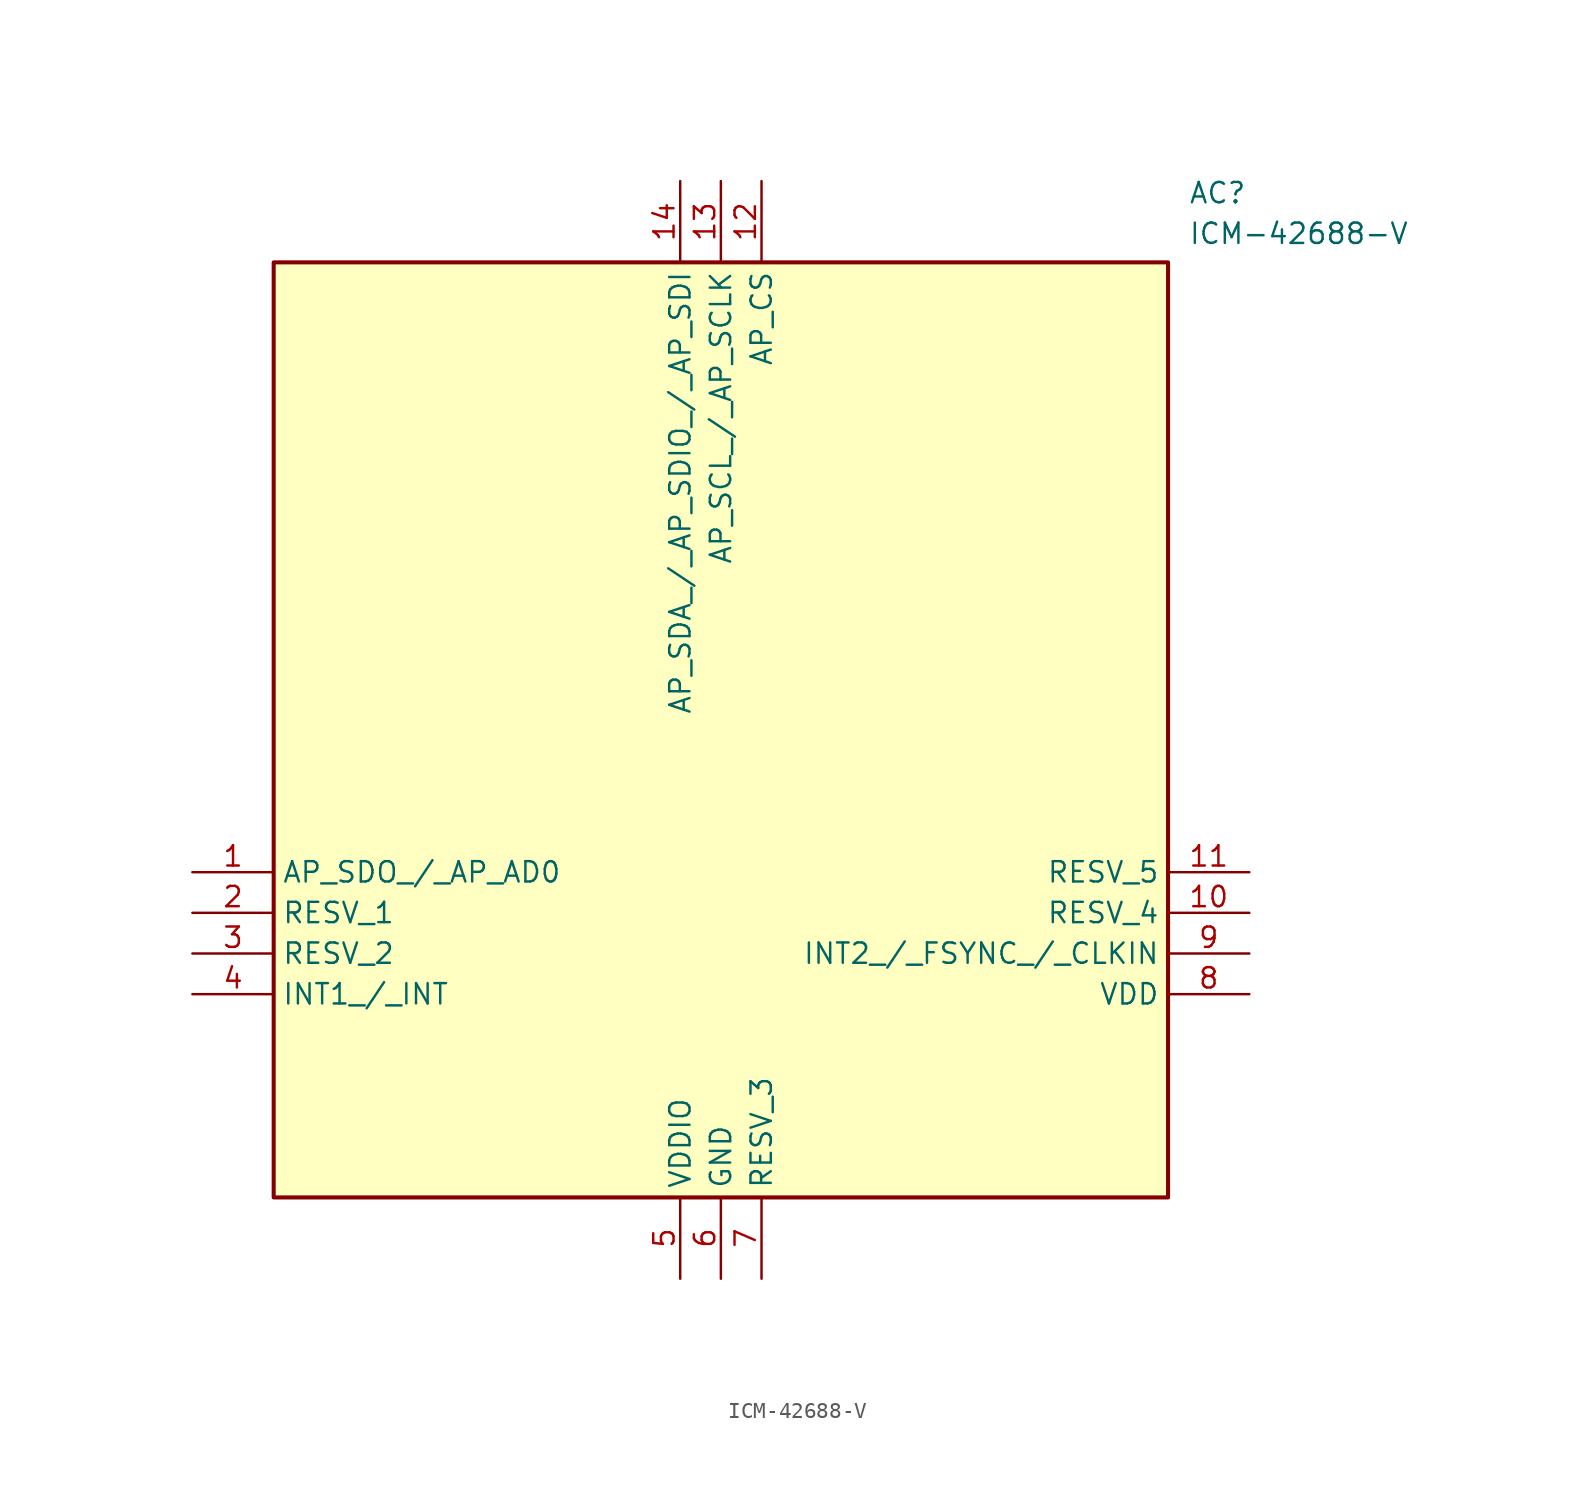
<source format=kicad_sym>
(kicad_symbol_lib
  (version 20211014)
  (generator SamacSys_ECAD_Model)
  (symbol "ICM-42688-V"
    (property "Reference" "AC"
      (at 62.23 43.18 0)
      (effects (font (size 1.27 1.27)) (justify left top)))
    (property "Value" "ICM-42688-V"
      (at 62.23 40.64 0)
      (effects (font (size 1.27 1.27)) (justify left top)))
    (rectangle
      (start 5.08 38.1)
      (end 60.96 -20.32)
      (stroke (width 0.254) (type default))
      (fill (type background)))
    (pin passive line
      (at 0 0 0)
      (length 5.08)
      (name "AP_SDO_/_AP_AD0" (effects (font (size 1.27 1.27))))
      (number "1" (effects (font (size 1.27 1.27)))))
    (pin passive line
      (at 0 -2.54 0)
      (length 5.08)
      (name "RESV_1" (effects (font (size 1.27 1.27))))
      (number "2" (effects (font (size 1.27 1.27)))))
    (pin passive line
      (at 0 -5.08 0)
      (length 5.08)
      (name "RESV_2" (effects (font (size 1.27 1.27))))
      (number "3" (effects (font (size 1.27 1.27)))))
    (pin passive line
      (at 0 -7.62 0)
      (length 5.08)
      (name "INT1_/_INT" (effects (font (size 1.27 1.27))))
      (number "4" (effects (font (size 1.27 1.27)))))
    (pin passive line
      (at 30.48 -25.4 90)
      (length 5.08)
      (name "VDDIO" (effects (font (size 1.27 1.27))))
      (number "5" (effects (font (size 1.27 1.27)))))
    (pin passive line
      (at 33.02 -25.4 90)
      (length 5.08)
      (name "GND" (effects (font (size 1.27 1.27))))
      (number "6" (effects (font (size 1.27 1.27)))))
    (pin passive line
      (at 35.56 -25.4 90)
      (length 5.08)
      (name "RESV_3" (effects (font (size 1.27 1.27))))
      (number "7" (effects (font (size 1.27 1.27)))))
    (pin passive line
      (at 66.04 -7.62 180)
      (length 5.08)
      (name "VDD" (effects (font (size 1.27 1.27))))
      (number "8" (effects (font (size 1.27 1.27)))))
    (pin passive line
      (at 66.04 -5.08 180)
      (length 5.08)
      (name "INT2_/_FSYNC_/_CLKIN" (effects (font (size 1.27 1.27))))
      (number "9" (effects (font (size 1.27 1.27)))))
    (pin passive line
      (at 66.04 -2.54 180)
      (length 5.08)
      (name "RESV_4" (effects (font (size 1.27 1.27))))
      (number "10" (effects (font (size 1.27 1.27)))))
    (pin passive line
      (at 66.04 0 180)
      (length 5.08)
      (name "RESV_5" (effects (font (size 1.27 1.27))))
      (number "11" (effects (font (size 1.27 1.27)))))
    (pin passive line
      (at 35.56 43.18 270)
      (length 5.08)
      (name "AP_CS" (effects (font (size 1.27 1.27))))
      (number "12" (effects (font (size 1.27 1.27)))))
    (pin passive line
      (at 33.02 43.18 270)
      (length 5.08)
      (name "AP_SCL_/_AP_SCLK" (effects (font (size 1.27 1.27))))
      (number "13" (effects (font (size 1.27 1.27)))))
    (pin passive line
      (at 30.48 43.18 270)
      (length 5.08)
      (name "AP_SDA_/_AP_SDIO_/_AP_SDI" (effects (font (size 1.27 1.27))))
      (number "14" (effects (font (size 1.27 1.27)))))))
</source>
